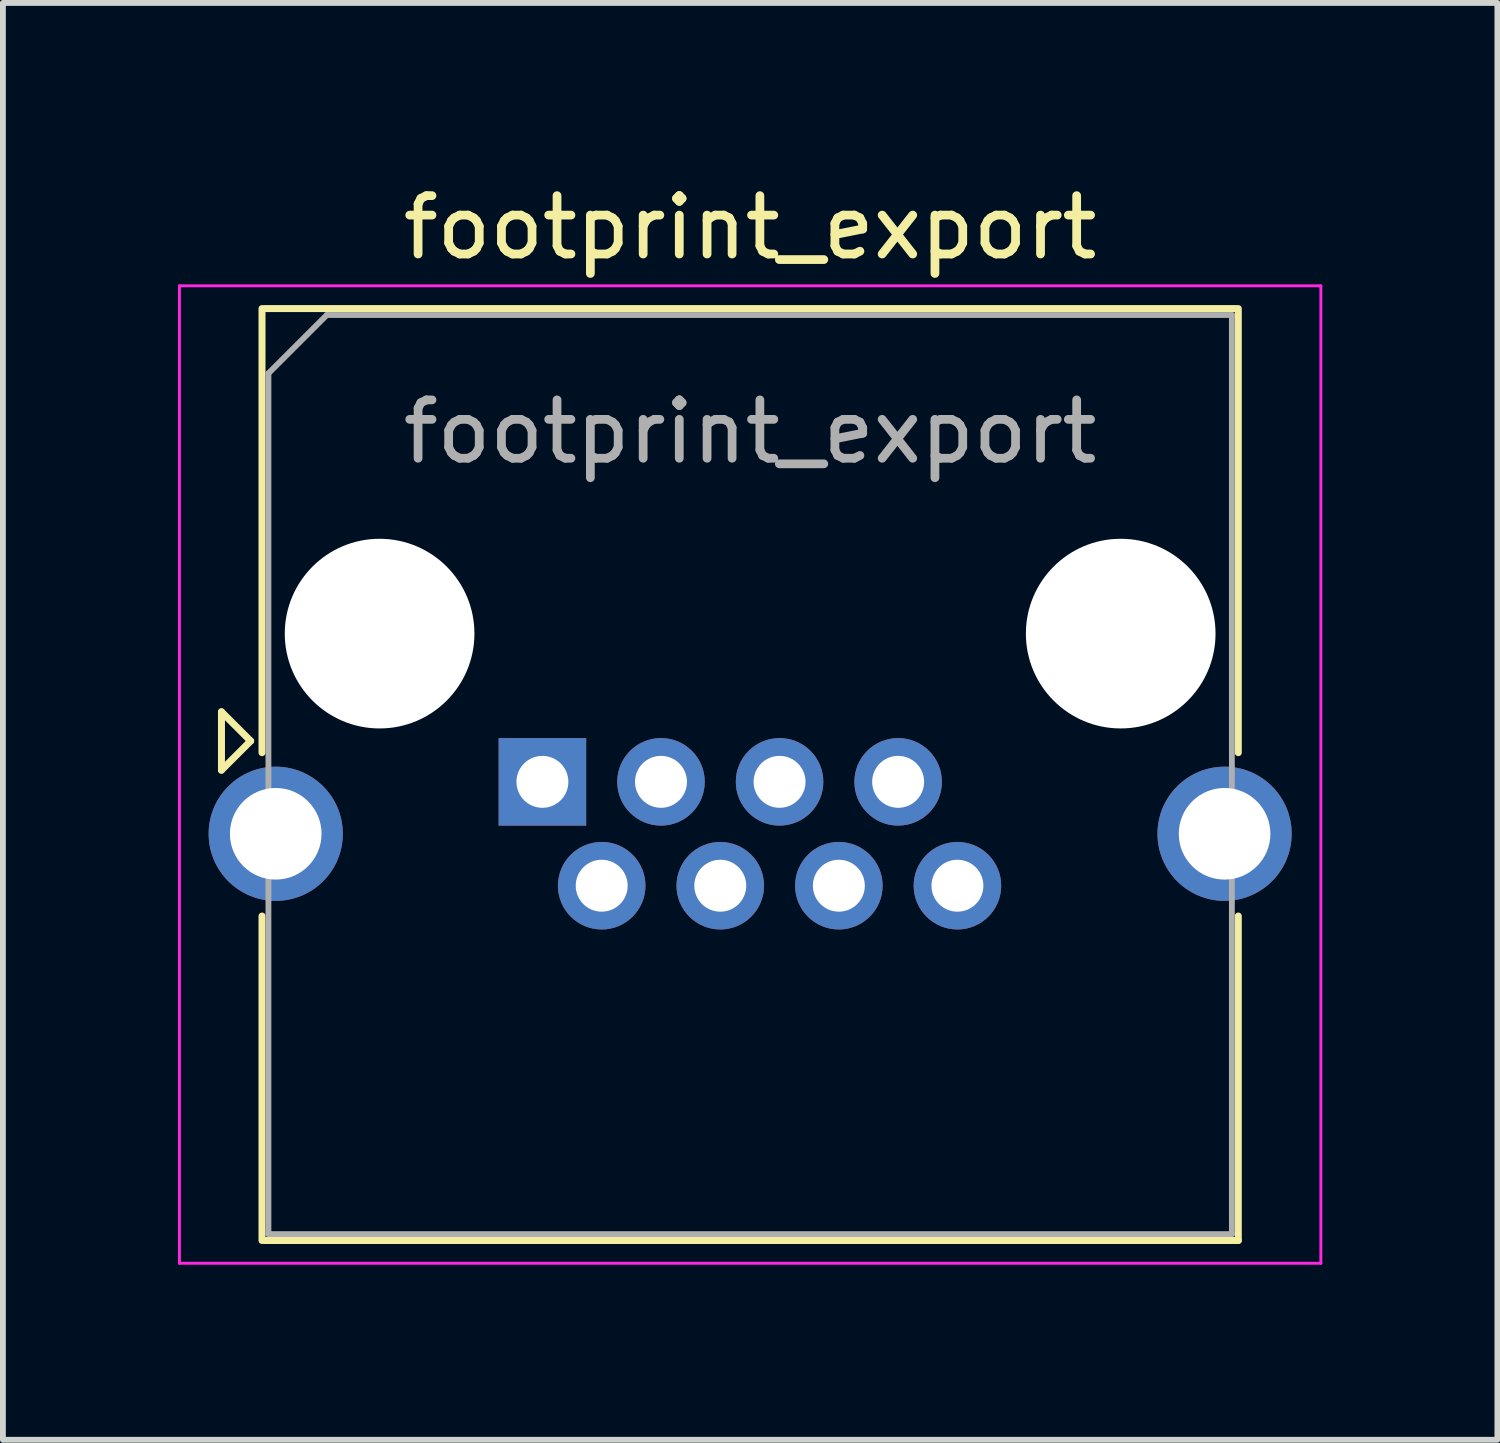
<source format=kicad_pcb>
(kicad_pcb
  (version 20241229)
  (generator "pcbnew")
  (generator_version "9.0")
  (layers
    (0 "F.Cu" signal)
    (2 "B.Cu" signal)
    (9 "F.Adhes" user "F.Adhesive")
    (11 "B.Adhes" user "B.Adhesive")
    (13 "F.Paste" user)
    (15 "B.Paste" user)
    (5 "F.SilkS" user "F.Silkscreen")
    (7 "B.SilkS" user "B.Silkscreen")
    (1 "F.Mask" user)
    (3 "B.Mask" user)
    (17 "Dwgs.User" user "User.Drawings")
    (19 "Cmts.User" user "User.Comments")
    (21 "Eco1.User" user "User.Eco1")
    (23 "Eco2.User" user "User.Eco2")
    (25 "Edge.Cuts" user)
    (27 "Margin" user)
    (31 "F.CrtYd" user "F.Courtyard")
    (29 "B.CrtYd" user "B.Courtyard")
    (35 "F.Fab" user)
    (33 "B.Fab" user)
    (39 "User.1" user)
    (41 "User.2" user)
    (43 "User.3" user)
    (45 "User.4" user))
  (footprint "footprint_export"
    (layer "F.Cu")
    (at 6.245 10.348)
    (property "Reference" "footprint_export" (at 3.56 -9.5 0) (layer "F.SilkS") (effects (font (size 1 1) (thickness 0.15))))
    (attr through_hole)
    (fp_line (start -5.5 -1.2) (end -5 -0.7) (stroke (width 0.12) (type solid)) (layer "F.SilkS"))
    (fp_line (start -5.5 -0.2) (end -5.5 -1.2) (stroke (width 0.12) (type solid)) (layer "F.SilkS"))
    (fp_line (start -5 -0.7) (end -5.5 -0.2) (stroke (width 0.12) (type solid)) (layer "F.SilkS"))
    (fp_line (start -4.805 -8.11) (end -4.805 -0.5) (stroke (width 0.12) (type solid)) (layer "F.SilkS"))
    (fp_line (start -4.805 7.86) (end -4.805 2.3) (stroke (width 0.12) (type solid)) (layer "F.SilkS"))
    (fp_line (start -4.76 -8.11) (end 11.88 -8.11) (stroke (width 0.12) (type solid)) (layer "F.SilkS"))
    (fp_line (start -4.76 7.86) (end 11.925 7.86) (stroke (width 0.12) (type solid)) (layer "F.SilkS"))
    (fp_line (start 11.925 -8.11) (end 11.925 -0.5) (stroke (width 0.12) (type solid)) (layer "F.SilkS"))
    (fp_line (start 11.925 7.86) (end 11.925 2.3) (stroke (width 0.12) (type solid)) (layer "F.SilkS"))
    (fp_line (start -6.22 -8.5) (end -6.22 8.25) (stroke (width 0.05) (type solid)) (layer "F.CrtYd"))
    (fp_line (start -6.22 -8.5) (end 13.34 -8.5) (stroke (width 0.05) (type solid)) (layer "F.CrtYd"))
    (fp_line (start -6.22 8.25) (end 13.34 8.25) (stroke (width 0.05) (type solid)) (layer "F.CrtYd"))
    (fp_line (start 13.34 -8.5) (end 13.34 8.25) (stroke (width 0.05) (type solid)) (layer "F.CrtYd"))
    (fp_line (start -4.695 -7) (end -4.695 7.75) (stroke (width 0.1) (type solid)) (layer "F.Fab"))
    (fp_line (start -4.695 -7) (end -3.695 -8) (stroke (width 0.1) (type solid)) (layer "F.Fab"))
    (fp_line (start -4.695 7.75) (end 11.815 7.75) (stroke (width 0.1) (type solid)) (layer "F.Fab"))
    (fp_line (start -3.695 -8) (end 11.815 -8) (stroke (width 0.1) (type solid)) (layer "F.Fab"))
    (fp_line (start 11.815 -8) (end 11.815 7.75) (stroke (width 0.1) (type solid)) (layer "F.Fab"))
    (fp_text user "${REFERENCE}" (at 3.56 -6 0) (layer "F.Fab") (effects (font (size 1 1) (thickness 0.15))))
    (pad "" np_thru_hole circle (at -2.79 -2.54) (size 3.25 3.25) (drill 3.25) (layers "*.Cu" "*.Mask"))
    (pad "" np_thru_hole circle (at 9.91 -2.54) (size 3.25 3.25) (drill 3.25) (layers "*.Cu" "*.Mask"))
    (pad "1" thru_hole rect (at 0 0) (size 1.5 1.5) (drill 0.89) (layers "*.Cu" "*.Mask"))
    (pad "2" thru_hole circle (at 1.016 1.78) (size 1.5 1.5) (drill 0.89) (layers "*.Cu" "*.Mask"))
    (pad "3" thru_hole circle (at 2.032 0) (size 1.5 1.5) (drill 0.89) (layers "*.Cu" "*.Mask"))
    (pad "4" thru_hole circle (at 3.048 1.78) (size 1.5 1.5) (drill 0.89) (layers "*.Cu" "*.Mask"))
    (pad "5" thru_hole circle (at 4.064 0) (size 1.5 1.5) (drill 0.89) (layers "*.Cu" "*.Mask"))
    (pad "6" thru_hole circle (at 5.08 1.78) (size 1.5 1.5) (drill 0.89) (layers "*.Cu" "*.Mask"))
    (pad "7" thru_hole circle (at 6.096 0) (size 1.5 1.5) (drill 0.89) (layers "*.Cu" "*.Mask"))
    (pad "8" thru_hole circle (at 7.112 1.78) (size 1.5 1.5) (drill 0.89) (layers "*.Cu" "*.Mask"))
    (pad "SH" thru_hole circle (at -4.57 0.89) (size 2.3 2.3) (drill 1.57) (layers "*.Cu" "*.Mask"))
    (pad "SH" thru_hole circle (at 11.69 0.89) (size 2.3 2.3) (drill 1.57) (layers "*.Cu" "*.Mask")))
  (gr_rect
    (start -3 -3)
    (end 22.61 21.623)
    (stroke (width 0.1) (type default))
    (fill no)
    (layer "Edge.Cuts")))
</source>
